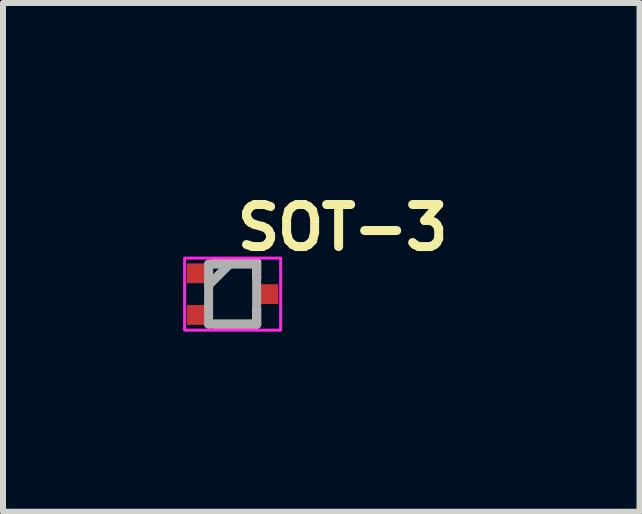
<source format=kicad_pcb>
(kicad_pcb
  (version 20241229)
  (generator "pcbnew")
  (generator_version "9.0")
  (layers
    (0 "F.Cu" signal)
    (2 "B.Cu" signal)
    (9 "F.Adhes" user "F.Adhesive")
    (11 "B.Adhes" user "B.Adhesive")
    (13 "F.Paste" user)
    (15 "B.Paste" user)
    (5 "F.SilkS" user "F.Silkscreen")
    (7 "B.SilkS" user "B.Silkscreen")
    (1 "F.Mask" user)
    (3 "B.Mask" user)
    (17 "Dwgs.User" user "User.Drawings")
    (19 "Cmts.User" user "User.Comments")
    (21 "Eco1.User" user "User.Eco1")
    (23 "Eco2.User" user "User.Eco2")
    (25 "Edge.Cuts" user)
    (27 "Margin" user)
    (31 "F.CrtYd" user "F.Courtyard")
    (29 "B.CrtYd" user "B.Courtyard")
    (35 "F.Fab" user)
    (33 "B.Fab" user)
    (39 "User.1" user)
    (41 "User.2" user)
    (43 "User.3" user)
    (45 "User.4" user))
  (footprint "SOT-3"
    (layer "F.Cu")
    (at 0.825 1.849)
    (property "Reference" "SOT-3" (at 0 -0.699 0) (layer "F.SilkS") (effects (font (size 0.7 0.7) (thickness 0.15)) (justify left bottom)))
    (attr smd)
    (fp_line (start 0.4 -0.525) (end -0.3 -0.525) (stroke (width 0.15) (type solid)) (layer "F.SilkS"))
    (fp_line (start 0.4 -0.275) (end 0.4 -0.525) (stroke (width 0.15) (type solid)) (layer "F.SilkS"))
    (fp_line (start 0.4 0.5) (end -0.3 0.5) (stroke (width 0.15) (type solid)) (layer "F.SilkS"))
    (fp_line (start 0.4 0.5) (end 0.4 0.25) (stroke (width 0.15) (type solid)) (layer "F.SilkS"))
    (fp_rect (start -0.8 -0.6) (end 0.8 0.6) (stroke (width 0.05) (type solid)) (fill no) (layer "F.CrtYd"))
    (fp_line (start -0.4 -0.5) (end 0.4 -0.5) (stroke (width 0.15) (type solid)) (layer "F.Fab"))
    (fp_line (start -0.4 -0.15) (end -0.05 -0.5) (stroke (width 0.15) (type solid)) (layer "F.Fab"))
    (fp_line (start -0.4 0.5) (end -0.4 -0.5) (stroke (width 0.15) (type solid)) (layer "F.Fab"))
    (fp_line (start 0.4 -0.5) (end 0.4 0.5) (stroke (width 0.15) (type solid)) (layer "F.Fab"))
    (fp_line (start 0.4 0.5) (end -0.4 0.5) (stroke (width 0.15) (type solid)) (layer "F.Fab"))
    (fp_rect (start -0.5 -0.5) (end 0.5 0.5) (stroke (width 0.1) (type solid)) (fill no) (layer "User.5"))
    (fp_line (start -0.5 -0.425) (end -0.5 -0.275) (stroke (width 0.02) (type solid)) (layer "User.9"))
    (fp_line (start -0.5 -0.275) (end -0.393 -0.275) (stroke (width 0.02) (type solid)) (layer "User.9"))
    (fp_line (start -0.5 0.275) (end -0.5 0.425) (stroke (width 0.02) (type solid)) (layer "User.9"))
    (fp_line (start -0.5 0.425) (end -0.393 0.425) (stroke (width 0.02) (type solid)) (layer "User.9"))
    (fp_line (start -0.4 -0.474) (end -0.4 -0.425) (stroke (width 0.02) (type solid)) (layer "User.9"))
    (fp_line (start -0.4 -0.474) (end -0.399 -0.476) (stroke (width 0.02) (type solid)) (layer "User.9"))
    (fp_line (start -0.4 -0.275) (end -0.4 0.275) (stroke (width 0.02) (type solid)) (layer "User.9"))
    (fp_line (start -0.4 0.425) (end -0.4 0.474) (stroke (width 0.02) (type solid)) (layer "User.9"))
    (fp_line (start -0.399 -0.48) (end -0.398 -0.481) (stroke (width 0.02) (type solid)) (layer "User.9"))
    (fp_line (start -0.399 -0.478) (end -0.399 -0.48) (stroke (width 0.02) (type solid)) (layer "User.9"))
    (fp_line (start -0.399 -0.476) (end -0.399 -0.478) (stroke (width 0.02) (type solid)) (layer "User.9"))
    (fp_line (start -0.399 0.476) (end -0.4 0.474) (stroke (width 0.02) (type solid)) (layer "User.9"))
    (fp_line (start -0.399 0.478) (end -0.399 0.476) (stroke (width 0.02) (type solid)) (layer "User.9"))
    (fp_line (start -0.399 0.48) (end -0.399 0.478) (stroke (width 0.02) (type solid)) (layer "User.9"))
    (fp_line (start -0.398 -0.484) (end -0.397 -0.485) (stroke (width 0.02) (type solid)) (layer "User.9"))
    (fp_line (start -0.398 -0.482) (end -0.398 -0.484) (stroke (width 0.02) (type solid)) (layer "User.9"))
    (fp_line (start -0.398 -0.481) (end -0.398 -0.482) (stroke (width 0.02) (type solid)) (layer "User.9"))
    (fp_line (start -0.398 0.481) (end -0.399 0.48) (stroke (width 0.02) (type solid)) (layer "User.9"))
    (fp_line (start -0.398 0.482) (end -0.398 0.481) (stroke (width 0.02) (type solid)) (layer "User.9"))
    (fp_line (start -0.398 0.484) (end -0.398 0.482) (stroke (width 0.02) (type solid)) (layer "User.9"))
    (fp_line (start -0.397 -0.486) (end -0.396 -0.487) (stroke (width 0.02) (type solid)) (layer "User.9"))
    (fp_line (start -0.397 -0.485) (end -0.397 -0.486) (stroke (width 0.02) (type solid)) (layer "User.9"))
    (fp_line (start -0.397 0.485) (end -0.398 0.484) (stroke (width 0.02) (type solid)) (layer "User.9"))
    (fp_line (start -0.397 0.486) (end -0.397 0.485) (stroke (width 0.02) (type solid)) (layer "User.9"))
    (fp_line (start -0.396 -0.488) (end -0.395 -0.489) (stroke (width 0.02) (type solid)) (layer "User.9"))
    (fp_line (start -0.396 -0.487) (end -0.396 -0.488) (stroke (width 0.02) (type solid)) (layer "User.9"))
    (fp_line (start -0.396 0.487) (end -0.397 0.486) (stroke (width 0.02) (type solid)) (layer "User.9"))
    (fp_line (start -0.396 0.488) (end -0.396 0.487) (stroke (width 0.02) (type solid)) (layer "User.9"))
    (fp_line (start -0.395 -0.489) (end -0.394 -0.49) (stroke (width 0.02) (type solid)) (layer "User.9"))
    (fp_line (start -0.395 0.489) (end -0.396 0.488) (stroke (width 0.02) (type solid)) (layer "User.9"))
    (fp_line (start -0.394 -0.491) (end -0.393 -0.492) (stroke (width 0.02) (type solid)) (layer "User.9"))
    (fp_line (start -0.394 -0.49) (end -0.394 -0.491) (stroke (width 0.02) (type solid)) (layer "User.9"))
    (fp_line (start -0.394 0.49) (end -0.395 0.489) (stroke (width 0.02) (type solid)) (layer "User.9"))
    (fp_line (start -0.394 0.491) (end -0.394 0.49) (stroke (width 0.02) (type solid)) (layer "User.9"))
    (fp_line (start -0.393 -0.492) (end -0.392 -0.492) (stroke (width 0.02) (type solid)) (layer "User.9"))
    (fp_line (start -0.393 -0.425) (end -0.5 -0.425) (stroke (width 0.02) (type solid)) (layer "User.9"))
    (fp_line (start -0.393 -0.425) (end -0.393 -0.275) (stroke (width 0.02) (type solid)) (layer "User.9"))
    (fp_line (start -0.393 0.275) (end -0.5 0.275) (stroke (width 0.02) (type solid)) (layer "User.9"))
    (fp_line (start -0.393 0.275) (end -0.393 0.425) (stroke (width 0.02) (type solid)) (layer "User.9"))
    (fp_line (start -0.393 0.492) (end -0.394 0.491) (stroke (width 0.02) (type solid)) (layer "User.9"))
    (fp_line (start -0.392 -0.493) (end -0.391 -0.494) (stroke (width 0.02) (type solid)) (layer "User.9"))
    (fp_line (start -0.392 -0.492) (end -0.392 -0.493) (stroke (width 0.02) (type solid)) (layer "User.9"))
    (fp_line (start -0.392 0.492) (end -0.393 0.492) (stroke (width 0.02) (type solid)) (layer "User.9"))
    (fp_line (start -0.392 0.493) (end -0.392 0.492) (stroke (width 0.02) (type solid)) (layer "User.9"))
    (fp_line (start -0.391 -0.494) (end -0.39 -0.494) (stroke (width 0.02) (type solid)) (layer "User.9"))
    (fp_line (start -0.391 0.494) (end -0.392 0.493) (stroke (width 0.02) (type solid)) (layer "User.9"))
    (fp_line (start -0.39 -0.494) (end -0.389 -0.495) (stroke (width 0.02) (type solid)) (layer "User.9"))
    (fp_line (start -0.39 0.494) (end -0.391 0.494) (stroke (width 0.02) (type solid)) (layer "User.9"))
    (fp_line (start -0.389 -0.495) (end -0.388 -0.496) (stroke (width 0.02) (type solid)) (layer "User.9"))
    (fp_line (start -0.389 0.495) (end -0.39 0.494) (stroke (width 0.02) (type solid)) (layer "User.9"))
    (fp_line (start -0.388 -0.496) (end -0.387 -0.496) (stroke (width 0.02) (type solid)) (layer "User.9"))
    (fp_line (start -0.388 0.496) (end -0.389 0.495) (stroke (width 0.02) (type solid)) (layer "User.9"))
    (fp_line (start -0.387 -0.496) (end -0.386 -0.497) (stroke (width 0.02) (type solid)) (layer "User.9"))
    (fp_line (start -0.387 0.496) (end -0.388 0.496) (stroke (width 0.02) (type solid)) (layer "User.9"))
    (fp_line (start -0.386 -0.497) (end -0.385 -0.497) (stroke (width 0.02) (type solid)) (layer "User.9"))
    (fp_line (start -0.386 0.497) (end -0.387 0.496) (stroke (width 0.02) (type solid)) (layer "User.9"))
    (fp_line (start -0.385 -0.497) (end -0.384 -0.498) (stroke (width 0.02) (type solid)) (layer "User.9"))
    (fp_line (start -0.385 0.497) (end -0.386 0.497) (stroke (width 0.02) (type solid)) (layer "User.9"))
    (fp_line (start -0.384 -0.498) (end -0.382 -0.498) (stroke (width 0.02) (type solid)) (layer "User.9"))
    (fp_line (start -0.384 0.498) (end -0.385 0.497) (stroke (width 0.02) (type solid)) (layer "User.9"))
    (fp_line (start -0.382 -0.498) (end -0.381 -0.498) (stroke (width 0.02) (type solid)) (layer "User.9"))
    (fp_line (start -0.382 0.498) (end -0.384 0.498) (stroke (width 0.02) (type solid)) (layer "User.9"))
    (fp_line (start -0.381 -0.498) (end -0.38 -0.499) (stroke (width 0.02) (type solid)) (layer "User.9"))
    (fp_line (start -0.381 0.498) (end -0.382 0.498) (stroke (width 0.02) (type solid)) (layer "User.9"))
    (fp_line (start -0.38 -0.499) (end -0.379 -0.499) (stroke (width 0.02) (type solid)) (layer "User.9"))
    (fp_line (start -0.38 0.499) (end -0.381 0.498) (stroke (width 0.02) (type solid)) (layer "User.9"))
    (fp_line (start -0.379 -0.499) (end -0.377 -0.499) (stroke (width 0.02) (type solid)) (layer "User.9"))
    (fp_line (start -0.379 0.499) (end -0.38 0.499) (stroke (width 0.02) (type solid)) (layer "User.9"))
    (fp_line (start -0.377 -0.499) (end -0.375 -0.5) (stroke (width 0.02) (type solid)) (layer "User.9"))
    (fp_line (start -0.377 0.499) (end -0.379 0.499) (stroke (width 0.02) (type solid)) (layer "User.9"))
    (fp_line (start -0.375 -0.5) (end 0.375 -0.5) (stroke (width 0.02) (type solid)) (layer "User.9"))
    (fp_line (start -0.375 0.5) (end -0.377 0.499) (stroke (width 0.02) (type solid)) (layer "User.9"))
    (fp_line (start -0.375 0.5) (end 0.375 0.5) (stroke (width 0.02) (type solid)) (layer "User.9"))
    (fp_line (start -0.36 -0.442) (end -0.36 -0.44) (stroke (width 0.02) (type solid)) (layer "User.9"))
    (fp_line (start -0.36 -0.44) (end -0.36 -0.439) (stroke (width 0.02) (type solid)) (layer "User.9"))
    (fp_line (start -0.36 -0.439) (end -0.36 -0.438) (stroke (width 0.02) (type solid)) (layer "User.9"))
    (fp_line (start -0.36 -0.438) (end -0.36 -0.437) (stroke (width 0.02) (type solid)) (layer "User.9"))
    (fp_line (start -0.36 -0.437) (end -0.36 -0.435) (stroke (width 0.02) (type solid)) (layer "User.9"))
    (fp_line (start -0.36 0.435) (end -0.36 0.437) (stroke (width 0.02) (type solid)) (layer "User.9"))
    (fp_line (start -0.36 0.437) (end -0.36 0.438) (stroke (width 0.02) (type solid)) (layer "User.9"))
    (fp_line (start -0.36 0.438) (end -0.36 0.439) (stroke (width 0.02) (type solid)) (layer "User.9"))
    (fp_line (start -0.36 0.439) (end -0.36 0.44) (stroke (width 0.02) (type solid)) (layer "User.9"))
    (fp_line (start -0.36 0.44) (end -0.36 0.442) (stroke (width 0.02) (type solid)) (layer "User.9"))
    (fp_line (start -0.36 0.442) (end -0.359 0.443) (stroke (width 0.02) (type solid)) (layer "User.9"))
    (fp_line (start -0.359 -0.444) (end -0.359 -0.443) (stroke (width 0.02) (type solid)) (layer "User.9"))
    (fp_line (start -0.359 -0.443) (end -0.36 -0.442) (stroke (width 0.02) (type solid)) (layer "User.9"))
    (fp_line (start -0.359 0.443) (end -0.359 0.444) (stroke (width 0.02) (type solid)) (layer "User.9"))
    (fp_line (start -0.359 0.444) (end -0.358 0.445) (stroke (width 0.02) (type solid)) (layer "User.9"))
    (fp_line (start -0.358 -0.446) (end -0.358 -0.445) (stroke (width 0.02) (type solid)) (layer "User.9"))
    (fp_line (start -0.358 -0.445) (end -0.359 -0.444) (stroke (width 0.02) (type solid)) (layer "User.9"))
    (fp_line (start -0.358 0.445) (end -0.358 0.446) (stroke (width 0.02) (type solid)) (layer "User.9"))
    (fp_line (start -0.358 0.446) (end -0.357 0.447) (stroke (width 0.02) (type solid)) (layer "User.9"))
    (fp_line (start -0.357 -0.448) (end -0.357 -0.447) (stroke (width 0.02) (type solid)) (layer "User.9"))
    (fp_line (start -0.357 -0.447) (end -0.358 -0.446) (stroke (width 0.02) (type solid)) (layer "User.9"))
    (fp_line (start -0.357 0.447) (end -0.357 0.448) (stroke (width 0.02) (type solid)) (layer "User.9"))
    (fp_line (start -0.357 0.448) (end -0.356 0.449) (stroke (width 0.02) (type solid)) (layer "User.9"))
    (fp_line (start -0.356 -0.449) (end -0.357 -0.448) (stroke (width 0.02) (type solid)) (layer "User.9"))
    (fp_line (start -0.356 0.449) (end -0.355 0.45) (stroke (width 0.02) (type solid)) (layer "User.9"))
    (fp_line (start -0.355 -0.451) (end -0.355 -0.45) (stroke (width 0.02) (type solid)) (layer "User.9"))
    (fp_line (start -0.355 -0.45) (end -0.356 -0.449) (stroke (width 0.02) (type solid)) (layer "User.9"))
    (fp_line (start -0.355 0.45) (end -0.355 0.451) (stroke (width 0.02) (type solid)) (layer "User.9"))
    (fp_line (start -0.355 0.451) (end -0.354 0.452) (stroke (width 0.02) (type solid)) (layer "User.9"))
    (fp_line (start -0.354 -0.452) (end -0.355 -0.451) (stroke (width 0.02) (type solid)) (layer "User.9"))
    (fp_line (start -0.354 0.452) (end -0.353 0.453) (stroke (width 0.02) (type solid)) (layer "User.9"))
    (fp_line (start -0.353 -0.453) (end -0.354 -0.452) (stroke (width 0.02) (type solid)) (layer "User.9"))
    (fp_line (start -0.353 0.453) (end -0.352 0.454) (stroke (width 0.02) (type solid)) (layer "User.9"))
    (fp_line (start -0.352 -0.454) (end -0.353 -0.453) (stroke (width 0.02) (type solid)) (layer "User.9"))
    (fp_line (start -0.352 0.454) (end -0.35 0.455) (stroke (width 0.02) (type solid)) (layer "User.9"))
    (fp_line (start -0.35 -0.455) (end -0.352 -0.454) (stroke (width 0.02) (type solid)) (layer "User.9"))
    (fp_line (start -0.35 0.455) (end -0.349 0.455) (stroke (width 0.02) (type solid)) (layer "User.9"))
    (fp_line (start -0.349 -0.455) (end -0.35 -0.455) (stroke (width 0.02) (type solid)) (layer "User.9"))
    (fp_line (start -0.349 0.455) (end -0.348 0.456) (stroke (width 0.02) (type solid)) (layer "User.9"))
    (fp_line (start -0.348 -0.456) (end -0.349 -0.455) (stroke (width 0.02) (type solid)) (layer "User.9"))
    (fp_line (start -0.348 0.456) (end -0.347 0.457) (stroke (width 0.02) (type solid)) (layer "User.9"))
    (fp_line (start -0.347 -0.457) (end -0.348 -0.456) (stroke (width 0.02) (type solid)) (layer "User.9"))
    (fp_line (start -0.347 0.457) (end -0.346 0.457) (stroke (width 0.02) (type solid)) (layer "User.9"))
    (fp_line (start -0.346 -0.457) (end -0.347 -0.457) (stroke (width 0.02) (type solid)) (layer "User.9"))
    (fp_line (start -0.346 0.457) (end -0.345 0.458) (stroke (width 0.02) (type solid)) (layer "User.9"))
    (fp_line (start -0.345 -0.458) (end -0.346 -0.457) (stroke (width 0.02) (type solid)) (layer "User.9"))
    (fp_line (start -0.345 0.458) (end -0.344 0.458) (stroke (width 0.02) (type solid)) (layer "User.9"))
    (fp_line (start -0.344 -0.458) (end -0.345 -0.458) (stroke (width 0.02) (type solid)) (layer "User.9"))
    (fp_line (start -0.344 0.458) (end -0.343 0.459) (stroke (width 0.02) (type solid)) (layer "User.9"))
    (fp_line (start -0.343 -0.459) (end -0.344 -0.458) (stroke (width 0.02) (type solid)) (layer "User.9"))
    (fp_line (start -0.343 -0.459) (end -0.343 -0.459) (stroke (width 0.02) (type solid)) (layer "User.9"))
    (fp_line (start -0.343 0.459) (end -0.343 0.459) (stroke (width 0.02) (type solid)) (layer "User.9"))
    (fp_line (start -0.343 0.459) (end -0.342 0.46) (stroke (width 0.02) (type solid)) (layer "User.9"))
    (fp_line (start -0.342 -0.46) (end -0.343 -0.459) (stroke (width 0.02) (type solid)) (layer "User.9"))
    (fp_line (start -0.342 0.46) (end -0.34 0.46) (stroke (width 0.02) (type solid)) (layer "User.9"))
    (fp_line (start -0.34 -0.46) (end -0.342 -0.46) (stroke (width 0.02) (type solid)) (layer "User.9"))
    (fp_line (start -0.34 0.46) (end -0.339 0.46) (stroke (width 0.02) (type solid)) (layer "User.9"))
    (fp_line (start -0.339 -0.46) (end -0.34 -0.46) (stroke (width 0.02) (type solid)) (layer "User.9"))
    (fp_line (start -0.339 0.46) (end -0.338 0.46) (stroke (width 0.02) (type solid)) (layer "User.9"))
    (fp_line (start -0.338 -0.46) (end -0.339 -0.46) (stroke (width 0.02) (type solid)) (layer "User.9"))
    (fp_line (start -0.338 0.46) (end -0.337 0.46) (stroke (width 0.02) (type solid)) (layer "User.9"))
    (fp_line (start -0.337 -0.46) (end -0.338 -0.46) (stroke (width 0.02) (type solid)) (layer "User.9"))
    (fp_line (start -0.337 0.46) (end -0.335 0.46) (stroke (width 0.02) (type solid)) (layer "User.9"))
    (fp_line (start -0.335 -0.46) (end -0.337 -0.46) (stroke (width 0.02) (type solid)) (layer "User.9"))
    (fp_line (start -0.335 -0.435) (end -0.335 -0.46) (stroke (width 0.02) (type solid)) (layer "User.9"))
    (fp_line (start -0.335 0.435) (end -0.36 0.435) (stroke (width 0.02) (type solid)) (layer "User.9"))
    (fp_line (start 0.335 -0.46) (end 0.335 -0.435) (stroke (width 0.02) (type solid)) (layer "User.9"))
    (fp_line (start 0.335 -0.435) (end 0.36 -0.435) (stroke (width 0.02) (type solid)) (layer "User.9"))
    (fp_line (start 0.335 0.435) (end 0.335 0.46) (stroke (width 0.02) (type solid)) (layer "User.9"))
    (fp_line (start 0.335 0.46) (end 0.337 0.46) (stroke (width 0.02) (type solid)) (layer "User.9"))
    (fp_line (start 0.337 0.46) (end 0.338 0.46) (stroke (width 0.02) (type solid)) (layer "User.9"))
    (fp_line (start 0.338 0.46) (end 0.339 0.46) (stroke (width 0.02) (type solid)) (layer "User.9"))
    (fp_line (start 0.339 0.46) (end 0.34 0.46) (stroke (width 0.02) (type solid)) (layer "User.9"))
    (fp_line (start 0.34 0.46) (end 0.342 0.46) (stroke (width 0.02) (type solid)) (layer "User.9"))
    (fp_line (start 0.342 0.46) (end 0.343 0.459) (stroke (width 0.02) (type solid)) (layer "User.9"))
    (fp_line (start 0.343 0.459) (end 0.343 0.459) (stroke (width 0.02) (type solid)) (layer "User.9"))
    (fp_line (start 0.343 0.459) (end 0.344 0.458) (stroke (width 0.02) (type solid)) (layer "User.9"))
    (fp_line (start 0.344 0.458) (end 0.345 0.458) (stroke (width 0.02) (type solid)) (layer "User.9"))
    (fp_line (start 0.345 0.458) (end 0.346 0.457) (stroke (width 0.02) (type solid)) (layer "User.9"))
    (fp_line (start 0.346 0.457) (end 0.347 0.457) (stroke (width 0.02) (type solid)) (layer "User.9"))
    (fp_line (start 0.347 0.457) (end 0.348 0.456) (stroke (width 0.02) (type solid)) (layer "User.9"))
    (fp_line (start 0.348 0.456) (end 0.349 0.455) (stroke (width 0.02) (type solid)) (layer "User.9"))
    (fp_line (start 0.349 0.455) (end 0.35 0.455) (stroke (width 0.02) (type solid)) (layer "User.9"))
    (fp_line (start 0.35 0.455) (end 0.352 0.454) (stroke (width 0.02) (type solid)) (layer "User.9"))
    (fp_line (start 0.352 0.454) (end 0.353 0.453) (stroke (width 0.02) (type solid)) (layer "User.9"))
    (fp_line (start 0.353 0.453) (end 0.354 0.452) (stroke (width 0.02) (type solid)) (layer "User.9"))
    (fp_line (start 0.354 0.452) (end 0.355 0.451) (stroke (width 0.02) (type solid)) (layer "User.9"))
    (fp_line (start 0.355 0.45) (end 0.356 0.449) (stroke (width 0.02) (type solid)) (layer "User.9"))
    (fp_line (start 0.355 0.451) (end 0.355 0.45) (stroke (width 0.02) (type solid)) (layer "User.9"))
    (fp_line (start 0.356 0.449) (end 0.357 0.448) (stroke (width 0.02) (type solid)) (layer "User.9"))
    (fp_line (start 0.357 0.447) (end 0.358 0.446) (stroke (width 0.02) (type solid)) (layer "User.9"))
    (fp_line (start 0.357 0.448) (end 0.357 0.447) (stroke (width 0.02) (type solid)) (layer "User.9"))
    (fp_line (start 0.358 0.445) (end 0.359 0.444) (stroke (width 0.02) (type solid)) (layer "User.9"))
    (fp_line (start 0.358 0.446) (end 0.358 0.445) (stroke (width 0.02) (type solid)) (layer "User.9"))
    (fp_line (start 0.359 0.443) (end 0.36 0.442) (stroke (width 0.02) (type solid)) (layer "User.9"))
    (fp_line (start 0.359 0.444) (end 0.359 0.443) (stroke (width 0.02) (type solid)) (layer "User.9"))
    (fp_line (start 0.36 0.437) (end 0.36 0.435) (stroke (width 0.02) (type solid)) (layer "User.9"))
    (fp_line (start 0.36 0.438) (end 0.36 0.437) (stroke (width 0.02) (type solid)) (layer "User.9"))
    (fp_line (start 0.36 0.439) (end 0.36 0.438) (stroke (width 0.02) (type solid)) (layer "User.9"))
    (fp_line (start 0.36 0.44) (end 0.36 0.439) (stroke (width 0.02) (type solid)) (layer "User.9"))
    (fp_line (start 0.36 0.442) (end 0.36 0.44) (stroke (width 0.02) (type solid)) (layer "User.9"))
    (fp_line (start 0.375 -0.5) (end 0.377 -0.499) (stroke (width 0.02) (type solid)) (layer "User.9"))
    (fp_line (start 0.377 -0.499) (end 0.379 -0.499) (stroke (width 0.02) (type solid)) (layer "User.9"))
    (fp_line (start 0.377 0.499) (end 0.375 0.5) (stroke (width 0.02) (type solid)) (layer "User.9"))
    (fp_line (start 0.379 -0.499) (end 0.38 -0.499) (stroke (width 0.02) (type solid)) (layer "User.9"))
    (fp_line (start 0.379 0.499) (end 0.377 0.499) (stroke (width 0.02) (type solid)) (layer "User.9"))
    (fp_line (start 0.38 -0.499) (end 0.381 -0.498) (stroke (width 0.02) (type solid)) (layer "User.9"))
    (fp_line (start 0.38 0.499) (end 0.379 0.499) (stroke (width 0.02) (type solid)) (layer "User.9"))
    (fp_line (start 0.381 -0.498) (end 0.382 -0.498) (stroke (width 0.02) (type solid)) (layer "User.9"))
    (fp_line (start 0.381 0.498) (end 0.38 0.499) (stroke (width 0.02) (type solid)) (layer "User.9"))
    (fp_line (start 0.382 -0.498) (end 0.384 -0.498) (stroke (width 0.02) (type solid)) (layer "User.9"))
    (fp_line (start 0.382 0.498) (end 0.381 0.498) (stroke (width 0.02) (type solid)) (layer "User.9"))
    (fp_line (start 0.384 -0.498) (end 0.385 -0.497) (stroke (width 0.02) (type solid)) (layer "User.9"))
    (fp_line (start 0.384 0.498) (end 0.382 0.498) (stroke (width 0.02) (type solid)) (layer "User.9"))
    (fp_line (start 0.385 -0.497) (end 0.386 -0.497) (stroke (width 0.02) (type solid)) (layer "User.9"))
    (fp_line (start 0.385 0.497) (end 0.384 0.498) (stroke (width 0.02) (type solid)) (layer "User.9"))
    (fp_line (start 0.386 -0.497) (end 0.387 -0.496) (stroke (width 0.02) (type solid)) (layer "User.9"))
    (fp_line (start 0.386 0.497) (end 0.385 0.497) (stroke (width 0.02) (type solid)) (layer "User.9"))
    (fp_line (start 0.387 -0.496) (end 0.388 -0.496) (stroke (width 0.02) (type solid)) (layer "User.9"))
    (fp_line (start 0.387 0.496) (end 0.386 0.497) (stroke (width 0.02) (type solid)) (layer "User.9"))
    (fp_line (start 0.388 -0.496) (end 0.389 -0.495) (stroke (width 0.02) (type solid)) (layer "User.9"))
    (fp_line (start 0.388 0.496) (end 0.387 0.496) (stroke (width 0.02) (type solid)) (layer "User.9"))
    (fp_line (start 0.389 -0.495) (end 0.39 -0.494) (stroke (width 0.02) (type solid)) (layer "User.9"))
    (fp_line (start 0.389 0.495) (end 0.388 0.496) (stroke (width 0.02) (type solid)) (layer "User.9"))
    (fp_line (start 0.39 -0.494) (end 0.391 -0.494) (stroke (width 0.02) (type solid)) (layer "User.9"))
    (fp_line (start 0.39 0.494) (end 0.389 0.495) (stroke (width 0.02) (type solid)) (layer "User.9"))
    (fp_line (start 0.391 -0.494) (end 0.392 -0.493) (stroke (width 0.02) (type solid)) (layer "User.9"))
    (fp_line (start 0.391 0.494) (end 0.39 0.494) (stroke (width 0.02) (type solid)) (layer "User.9"))
    (fp_line (start 0.392 -0.493) (end 0.392 -0.492) (stroke (width 0.02) (type solid)) (layer "User.9"))
    (fp_line (start 0.392 -0.492) (end 0.393 -0.492) (stroke (width 0.02) (type solid)) (layer "User.9"))
    (fp_line (start 0.392 0.492) (end 0.392 0.493) (stroke (width 0.02) (type solid)) (layer "User.9"))
    (fp_line (start 0.392 0.493) (end 0.391 0.494) (stroke (width 0.02) (type solid)) (layer "User.9"))
    (fp_line (start 0.393 -0.492) (end 0.394 -0.491) (stroke (width 0.02) (type solid)) (layer "User.9"))
    (fp_line (start 0.393 -0.075) (end 0.393 0.075) (stroke (width 0.02) (type solid)) (layer "User.9"))
    (fp_line (start 0.393 0.075) (end 0.5 0.075) (stroke (width 0.02) (type solid)) (layer "User.9"))
    (fp_line (start 0.393 0.492) (end 0.392 0.492) (stroke (width 0.02) (type solid)) (layer "User.9"))
    (fp_line (start 0.394 -0.491) (end 0.394 -0.49) (stroke (width 0.02) (type solid)) (layer "User.9"))
    (fp_line (start 0.394 -0.49) (end 0.395 -0.489) (stroke (width 0.02) (type solid)) (layer "User.9"))
    (fp_line (start 0.394 0.49) (end 0.394 0.491) (stroke (width 0.02) (type solid)) (layer "User.9"))
    (fp_line (start 0.394 0.491) (end 0.393 0.492) (stroke (width 0.02) (type solid)) (layer "User.9"))
    (fp_line (start 0.395 -0.489) (end 0.396 -0.488) (stroke (width 0.02) (type solid)) (layer "User.9"))
    (fp_line (start 0.395 0.489) (end 0.394 0.49) (stroke (width 0.02) (type solid)) (layer "User.9"))
    (fp_line (start 0.396 -0.488) (end 0.396 -0.487) (stroke (width 0.02) (type solid)) (layer "User.9"))
    (fp_line (start 0.396 -0.487) (end 0.397 -0.486) (stroke (width 0.02) (type solid)) (layer "User.9"))
    (fp_line (start 0.396 0.487) (end 0.396 0.488) (stroke (width 0.02) (type solid)) (layer "User.9"))
    (fp_line (start 0.396 0.488) (end 0.395 0.489) (stroke (width 0.02) (type solid)) (layer "User.9"))
    (fp_line (start 0.397 -0.486) (end 0.397 -0.485) (stroke (width 0.02) (type solid)) (layer "User.9"))
    (fp_line (start 0.397 -0.485) (end 0.398 -0.484) (stroke (width 0.02) (type solid)) (layer "User.9"))
    (fp_line (start 0.397 0.485) (end 0.397 0.486) (stroke (width 0.02) (type solid)) (layer "User.9"))
    (fp_line (start 0.397 0.486) (end 0.396 0.487) (stroke (width 0.02) (type solid)) (layer "User.9"))
    (fp_line (start 0.398 -0.484) (end 0.398 -0.482) (stroke (width 0.02) (type solid)) (layer "User.9"))
    (fp_line (start 0.398 -0.482) (end 0.398 -0.481) (stroke (width 0.02) (type solid)) (layer "User.9"))
    (fp_line (start 0.398 -0.481) (end 0.399 -0.48) (stroke (width 0.02) (type solid)) (layer "User.9"))
    (fp_line (start 0.398 0.481) (end 0.398 0.482) (stroke (width 0.02) (type solid)) (layer "User.9"))
    (fp_line (start 0.398 0.482) (end 0.398 0.484) (stroke (width 0.02) (type solid)) (layer "User.9"))
    (fp_line (start 0.398 0.484) (end 0.397 0.485) (stroke (width 0.02) (type solid)) (layer "User.9"))
    (fp_line (start 0.399 -0.48) (end 0.399 -0.478) (stroke (width 0.02) (type solid)) (layer "User.9"))
    (fp_line (start 0.399 -0.478) (end 0.399 -0.476) (stroke (width 0.02) (type solid)) (layer "User.9"))
    (fp_line (start 0.399 -0.476) (end 0.4 -0.474) (stroke (width 0.02) (type solid)) (layer "User.9"))
    (fp_line (start 0.399 0.476) (end 0.399 0.478) (stroke (width 0.02) (type solid)) (layer "User.9"))
    (fp_line (start 0.399 0.478) (end 0.399 0.48) (stroke (width 0.02) (type solid)) (layer "User.9"))
    (fp_line (start 0.399 0.48) (end 0.398 0.481) (stroke (width 0.02) (type solid)) (layer "User.9"))
    (fp_line (start 0.4 -0.474) (end 0.4 -0.075) (stroke (width 0.02) (type solid)) (layer "User.9"))
    (fp_line (start 0.4 0.075) (end 0.4 0.474) (stroke (width 0.02) (type solid)) (layer "User.9"))
    (fp_line (start 0.4 0.474) (end 0.399 0.476) (stroke (width 0.02) (type solid)) (layer "User.9"))
    (fp_line (start 0.5 -0.075) (end 0.393 -0.075) (stroke (width 0.02) (type solid)) (layer "User.9"))
    (fp_line (start 0.5 0.075) (end 0.5 -0.075) (stroke (width 0.02) (type solid)) (layer "User.9"))
    (pad "1" smd rect (at -0.58 -0.347 90) (size 0.33 0.36) (layers "F.Cu" "F.Mask" "F.Paste"))
    (pad "2" smd rect (at -0.58 0.347 90) (size 0.33 0.36) (layers "F.Cu" "F.Mask" "F.Paste"))
    (pad "3" smd rect (at 0.58 0 90) (size 0.33 0.36) (layers "F.Cu" "F.Mask" "F.Paste")))
  (gr_rect
    (start -3 -3)
    (end 7.602 5.474)
    (stroke (width 0.1) (type default))
    (fill no)
    (layer "Edge.Cuts")))
</source>
